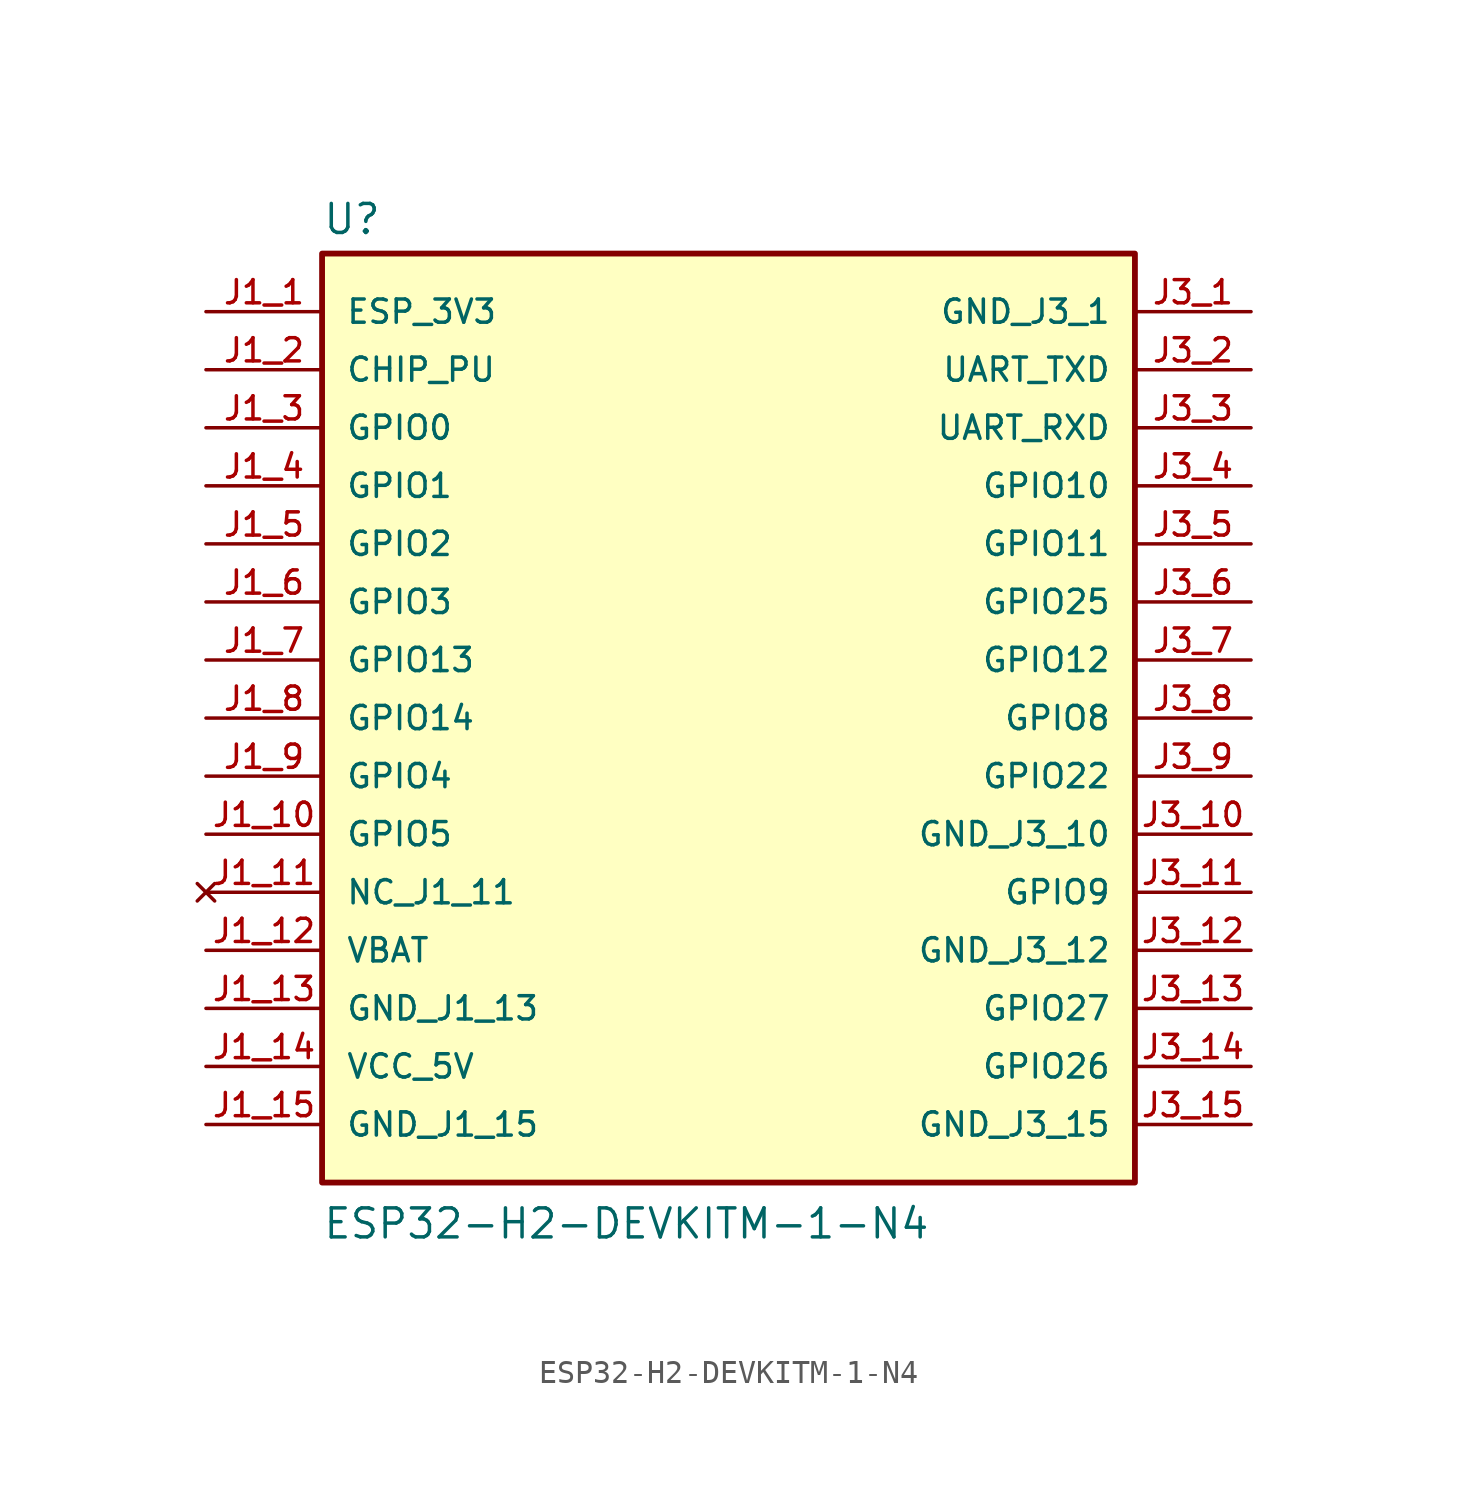
<source format=kicad_sym>
(kicad_symbol_lib
  (version 20211014)
  (generator kicad_symbol_editor)
  (symbol "ESP32-H2-DEVKITM-1-N4"
    (pin_names
      (offset 1.016))
    (property "Reference" "U"
      (at -17.78 21.082 0)
      (effects (font (size 1.27 1.27)) (justify bottom left)))
    (property "Value" "ESP32-H2-DEVKITM-1-N4"
      (at -17.78 -22.86 0)
      (effects (font (size 1.27 1.27)) (justify bottom left)))
    (symbol "ESP32-H2-DEVKITM-1-N4_0_0"
      (rectangle (start -17.78 -20.32) (end 17.78 20.32) (stroke (width 0.254)) (fill (type background)))
      (pin power_in line (at -22.86 17.78 0) (length 5.08) (name "ESP_3V3" (effects (font (size 1.016 1.016)))) (number "J1_1" (effects (font (size 1.016 1.016)))))
      (pin input line (at -22.86 15.24 0) (length 5.08) (name "CHIP_PU" (effects (font (size 1.016 1.016)))) (number "J1_2" (effects (font (size 1.016 1.016)))))
      (pin bidirectional line (at -22.86 -2.54 0) (length 5.08) (name "GPIO4" (effects (font (size 1.016 1.016)))) (number "J1_9" (effects (font (size 1.016 1.016)))))
      (pin bidirectional line (at -22.86 -5.08 0) (length 5.08) (name "GPIO5" (effects (font (size 1.016 1.016)))) (number "J1_10" (effects (font (size 1.016 1.016)))))
      (pin bidirectional line (at -22.86 12.7 0) (length 5.08) (name "GPIO0" (effects (font (size 1.016 1.016)))) (number "J1_3" (effects (font (size 1.016 1.016)))))
      (pin bidirectional line (at -22.86 10.16 0) (length 5.08) (name "GPIO1" (effects (font (size 1.016 1.016)))) (number "J1_4" (effects (font (size 1.016 1.016)))))
      (pin bidirectional line (at 22.86 0.0 180.0) (length 5.08) (name "GPIO8" (effects (font (size 1.016 1.016)))) (number "J3_8" (effects (font (size 1.016 1.016)))))
      (pin bidirectional line (at 22.86 10.16 180.0) (length 5.08) (name "GPIO10" (effects (font (size 1.016 1.016)))) (number "J3_4" (effects (font (size 1.016 1.016)))))
      (pin bidirectional line (at 22.86 7.62 180.0) (length 5.08) (name "GPIO11" (effects (font (size 1.016 1.016)))) (number "J3_5" (effects (font (size 1.016 1.016)))))
      (pin bidirectional line (at -22.86 7.62 0) (length 5.08) (name "GPIO2" (effects (font (size 1.016 1.016)))) (number "J1_5" (effects (font (size 1.016 1.016)))))
      (pin bidirectional line (at -22.86 5.08 0) (length 5.08) (name "GPIO3" (effects (font (size 1.016 1.016)))) (number "J1_6" (effects (font (size 1.016 1.016)))))
      (pin power_in line (at -22.86 -15.24 0) (length 5.08) (name "VCC_5V" (effects (font (size 1.016 1.016)))) (number "J1_14" (effects (font (size 1.016 1.016)))))
      (pin power_in line (at -22.86 -17.78 0) (length 5.08) (name "GND_J1_15" (effects (font (size 1.016 1.016)))) (number "J1_15" (effects (font (size 1.016 1.016)))))
      (pin bidirectional line (at 22.86 15.24 180.0) (length 5.08) (name "UART_TXD" (effects (font (size 1.016 1.016)))) (number "J3_2" (effects (font (size 1.016 1.016)))))
      (pin bidirectional line (at 22.86 12.7 180.0) (length 5.08) (name "UART_RXD" (effects (font (size 1.016 1.016)))) (number "J3_3" (effects (font (size 1.016 1.016)))))
      (pin bidirectional line (at 22.86 5.08 180.0) (length 5.08) (name "GPIO25" (effects (font (size 1.016 1.016)))) (number "J3_6" (effects (font (size 1.016 1.016)))))
      (pin bidirectional line (at 22.86 -2.54 180.0) (length 5.08) (name "GPIO22" (effects (font (size 1.016 1.016)))) (number "J3_9" (effects (font (size 1.016 1.016)))))
      (pin bidirectional line (at 22.86 -7.62 180.0) (length 5.08) (name "GPIO9" (effects (font (size 1.016 1.016)))) (number "J3_11" (effects (font (size 1.016 1.016)))))
      (pin bidirectional line (at -22.86 2.54 0) (length 5.08) (name "GPIO13" (effects (font (size 1.016 1.016)))) (number "J1_7" (effects (font (size 1.016 1.016)))))
      (pin bidirectional line (at 22.86 2.54 180.0) (length 5.08) (name "GPIO12" (effects (font (size 1.016 1.016)))) (number "J3_7" (effects (font (size 1.016 1.016)))))
      (pin power_in line (at 22.86 17.78 180.0) (length 5.08) (name "GND_J3_1" (effects (font (size 1.016 1.016)))) (number "J3_1" (effects (font (size 1.016 1.016)))))
      (pin power_in line (at 22.86 -10.16 180.0) (length 5.08) (name "GND_J3_12" (effects (font (size 1.016 1.016)))) (number "J3_12" (effects (font (size 1.016 1.016)))))
      (pin power_in line (at 22.86 -17.78 180.0) (length 5.08) (name "GND_J3_15" (effects (font (size 1.016 1.016)))) (number "J3_15" (effects (font (size 1.016 1.016)))))
      (pin bidirectional line (at -22.86 0.0 0) (length 5.08) (name "GPIO14" (effects (font (size 1.016 1.016)))) (number "J1_8" (effects (font (size 1.016 1.016)))))
      (pin no_connect line (at -22.86 -7.62 0) (length 5.08) (name "NC_J1_11" (effects (font (size 1.016 1.016)))) (number "J1_11" (effects (font (size 1.016 1.016)))))
      (pin power_in line (at -22.86 -10.16 0) (length 5.08) (name "VBAT" (effects (font (size 1.016 1.016)))) (number "J1_12" (effects (font (size 1.016 1.016)))))
      (pin power_in line (at -22.86 -12.7 0) (length 5.08) (name "GND_J1_13" (effects (font (size 1.016 1.016)))) (number "J1_13" (effects (font (size 1.016 1.016)))))
      (pin power_in line (at 22.86 -5.08 180.0) (length 5.08) (name "GND_J3_10" (effects (font (size 1.016 1.016)))) (number "J3_10" (effects (font (size 1.016 1.016)))))
      (pin bidirectional line (at 22.86 -12.7 180.0) (length 5.08) (name "GPIO27" (effects (font (size 1.016 1.016)))) (number "J3_13" (effects (font (size 1.016 1.016)))))
      (pin bidirectional line (at 22.86 -15.24 180.0) (length 5.08) (name "GPIO26" (effects (font (size 1.016 1.016)))) (number "J3_14" (effects (font (size 1.016 1.016))))))))
</source>
